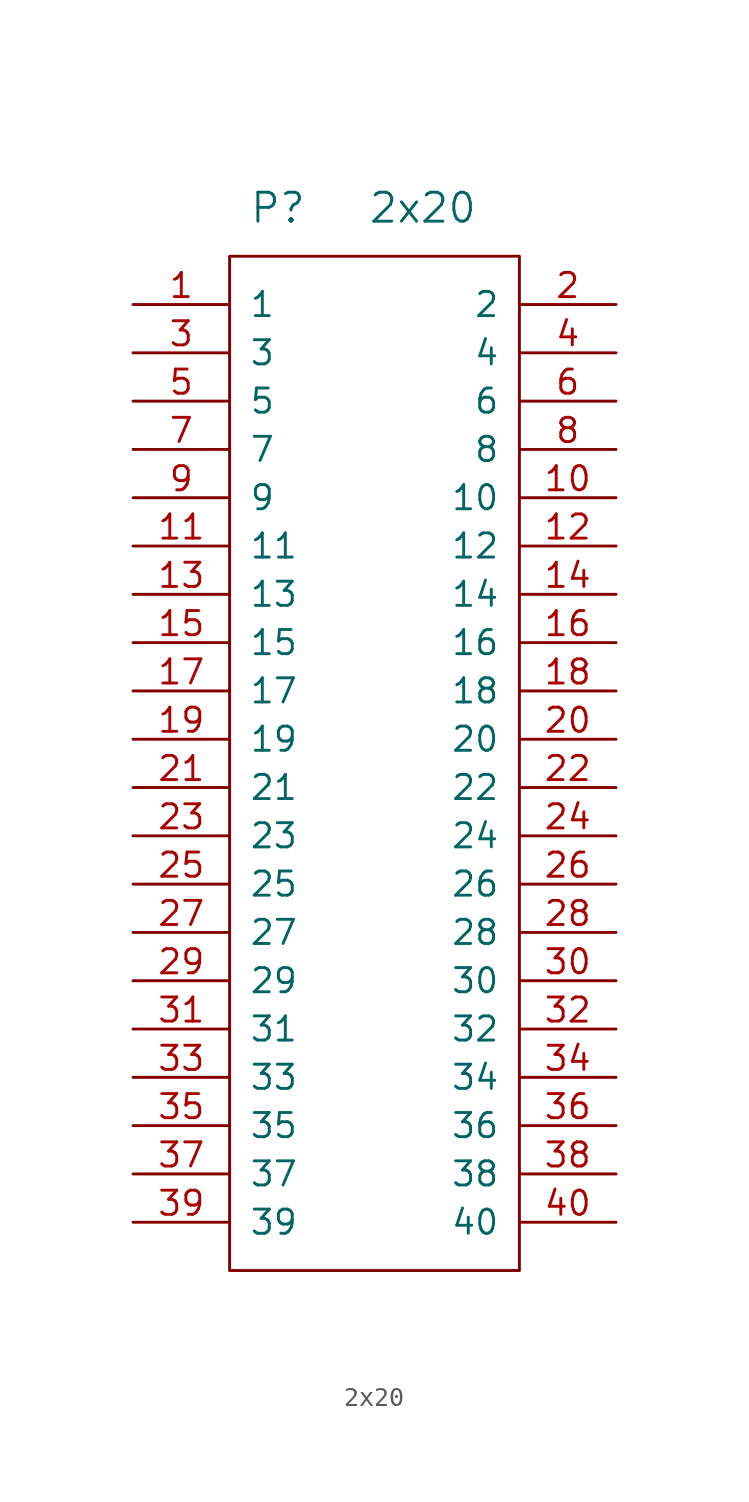
<source format=kicad_sym>
(kicad_symbol_lib
  (version 20220914)
  (generator kicad_symbol_editor)
  (symbol "2x20"
    (pin_names
      (offset 1.016))
    (property "Reference" "P"
      (at 2.54 55.88 0)
      (effects (font (size 1.524 1.524))))
    (property "Value" "2x20"
      (at 10.16 55.88 0)
      (effects (font (size 1.524 1.524))))
    (property "Footprint" ""
      (at 0 53.34 0)
      (effects (font (size 1.524 1.524))))
    (symbol "2x20_0_1"
      (rectangle (start 0 0) (end 15.24 53.34) (stroke (width 0) (type solid)) (fill (type none))))
    (symbol "2x20_1_1"
      (pin passive line (at -5.08 50.8 0) (length 5.08) (name "1" (effects (font (size 1.27 1.27)))) (number "1" (effects (font (size 1.27 1.27)))))
      (pin passive line (at 20.32 40.64 180) (length 5.08) (name "10" (effects (font (size 1.27 1.27)))) (number "10" (effects (font (size 1.27 1.27)))))
      (pin passive line (at -5.08 38.1 0) (length 5.08) (name "11" (effects (font (size 1.27 1.27)))) (number "11" (effects (font (size 1.27 1.27)))))
      (pin passive line (at 20.32 38.1 180) (length 5.08) (name "12" (effects (font (size 1.27 1.27)))) (number "12" (effects (font (size 1.27 1.27)))))
      (pin passive line (at -5.08 35.56 0) (length 5.08) (name "13" (effects (font (size 1.27 1.27)))) (number "13" (effects (font (size 1.27 1.27)))))
      (pin passive line (at 20.32 35.56 180) (length 5.08) (name "14" (effects (font (size 1.27 1.27)))) (number "14" (effects (font (size 1.27 1.27)))))
      (pin input line (at -5.08 33.02 0) (length 5.08) (name "15" (effects (font (size 1.27 1.27)))) (number "15" (effects (font (size 1.27 1.27)))))
      (pin input line (at 20.32 33.02 180) (length 5.08) (name "16" (effects (font (size 1.27 1.27)))) (number "16" (effects (font (size 1.27 1.27)))))
      (pin passive line (at -5.08 30.48 0) (length 5.08) (name "17" (effects (font (size 1.27 1.27)))) (number "17" (effects (font (size 1.27 1.27)))))
      (pin passive line (at 20.32 30.48 180) (length 5.08) (name "18" (effects (font (size 1.27 1.27)))) (number "18" (effects (font (size 1.27 1.27)))))
      (pin input line (at -5.08 27.94 0) (length 5.08) (name "19" (effects (font (size 1.27 1.27)))) (number "19" (effects (font (size 1.27 1.27)))))
      (pin passive line (at 20.32 50.8 180) (length 5.08) (name "2" (effects (font (size 1.27 1.27)))) (number "2" (effects (font (size 1.27 1.27)))))
      (pin input line (at 20.32 27.94 180) (length 5.08) (name "20" (effects (font (size 1.27 1.27)))) (number "20" (effects (font (size 1.27 1.27)))))
      (pin passive line (at -5.08 25.4 0) (length 5.08) (name "21" (effects (font (size 1.27 1.27)))) (number "21" (effects (font (size 1.27 1.27)))))
      (pin passive line (at 20.32 25.4 180) (length 5.08) (name "22" (effects (font (size 1.27 1.27)))) (number "22" (effects (font (size 1.27 1.27)))))
      (pin passive line (at -5.08 22.86 0) (length 5.08) (name "23" (effects (font (size 1.27 1.27)))) (number "23" (effects (font (size 1.27 1.27)))))
      (pin passive line (at 20.32 22.86 180) (length 5.08) (name "24" (effects (font (size 1.27 1.27)))) (number "24" (effects (font (size 1.27 1.27)))))
      (pin passive line (at -5.08 20.32 0) (length 5.08) (name "25" (effects (font (size 1.27 1.27)))) (number "25" (effects (font (size 1.27 1.27)))))
      (pin passive line (at 20.32 20.32 180) (length 5.08) (name "26" (effects (font (size 1.27 1.27)))) (number "26" (effects (font (size 1.27 1.27)))))
      (pin passive line (at -5.08 17.78 0) (length 5.08) (name "27" (effects (font (size 1.27 1.27)))) (number "27" (effects (font (size 1.27 1.27)))))
      (pin passive line (at 20.32 17.78 180) (length 5.08) (name "28" (effects (font (size 1.27 1.27)))) (number "28" (effects (font (size 1.27 1.27)))))
      (pin passive line (at -5.08 15.24 0) (length 5.08) (name "29" (effects (font (size 1.27 1.27)))) (number "29" (effects (font (size 1.27 1.27)))))
      (pin passive line (at -5.08 48.26 0) (length 5.08) (name "3" (effects (font (size 1.27 1.27)))) (number "3" (effects (font (size 1.27 1.27)))))
      (pin passive line (at 20.32 15.24 180) (length 5.08) (name "30" (effects (font (size 1.27 1.27)))) (number "30" (effects (font (size 1.27 1.27)))))
      (pin passive line (at -5.08 12.7 0) (length 5.08) (name "31" (effects (font (size 1.27 1.27)))) (number "31" (effects (font (size 1.27 1.27)))))
      (pin passive line (at 20.32 12.7 180) (length 5.08) (name "32" (effects (font (size 1.27 1.27)))) (number "32" (effects (font (size 1.27 1.27)))))
      (pin passive line (at -5.08 10.16 0) (length 5.08) (name "33" (effects (font (size 1.27 1.27)))) (number "33" (effects (font (size 1.27 1.27)))))
      (pin passive line (at 20.32 10.16 180) (length 5.08) (name "34" (effects (font (size 1.27 1.27)))) (number "34" (effects (font (size 1.27 1.27)))))
      (pin passive line (at -5.08 7.62 0) (length 5.08) (name "35" (effects (font (size 1.27 1.27)))) (number "35" (effects (font (size 1.27 1.27)))))
      (pin passive line (at 20.32 7.62 180) (length 5.08) (name "36" (effects (font (size 1.27 1.27)))) (number "36" (effects (font (size 1.27 1.27)))))
      (pin passive line (at -5.08 5.08 0) (length 5.08) (name "37" (effects (font (size 1.27 1.27)))) (number "37" (effects (font (size 1.27 1.27)))))
      (pin passive line (at 20.32 5.08 180) (length 5.08) (name "38" (effects (font (size 1.27 1.27)))) (number "38" (effects (font (size 1.27 1.27)))))
      (pin passive line (at -5.08 2.54 0) (length 5.08) (name "39" (effects (font (size 1.27 1.27)))) (number "39" (effects (font (size 1.27 1.27)))))
      (pin passive line (at 20.32 48.26 180) (length 5.08) (name "4" (effects (font (size 1.27 1.27)))) (number "4" (effects (font (size 1.27 1.27)))))
      (pin passive line (at 20.32 2.54 180) (length 5.08) (name "40" (effects (font (size 1.27 1.27)))) (number "40" (effects (font (size 1.27 1.27)))))
      (pin passive line (at -5.08 45.72 0) (length 5.08) (name "5" (effects (font (size 1.27 1.27)))) (number "5" (effects (font (size 1.27 1.27)))))
      (pin passive line (at 20.32 45.72 180) (length 5.08) (name "6" (effects (font (size 1.27 1.27)))) (number "6" (effects (font (size 1.27 1.27)))))
      (pin passive line (at -5.08 43.18 0) (length 5.08) (name "7" (effects (font (size 1.27 1.27)))) (number "7" (effects (font (size 1.27 1.27)))))
      (pin passive line (at 20.32 43.18 180) (length 5.08) (name "8" (effects (font (size 1.27 1.27)))) (number "8" (effects (font (size 1.27 1.27)))))
      (pin passive line (at -5.08 40.64 0) (length 5.08) (name "9" (effects (font (size 1.27 1.27)))) (number "9" (effects (font (size 1.27 1.27))))))))
</source>
